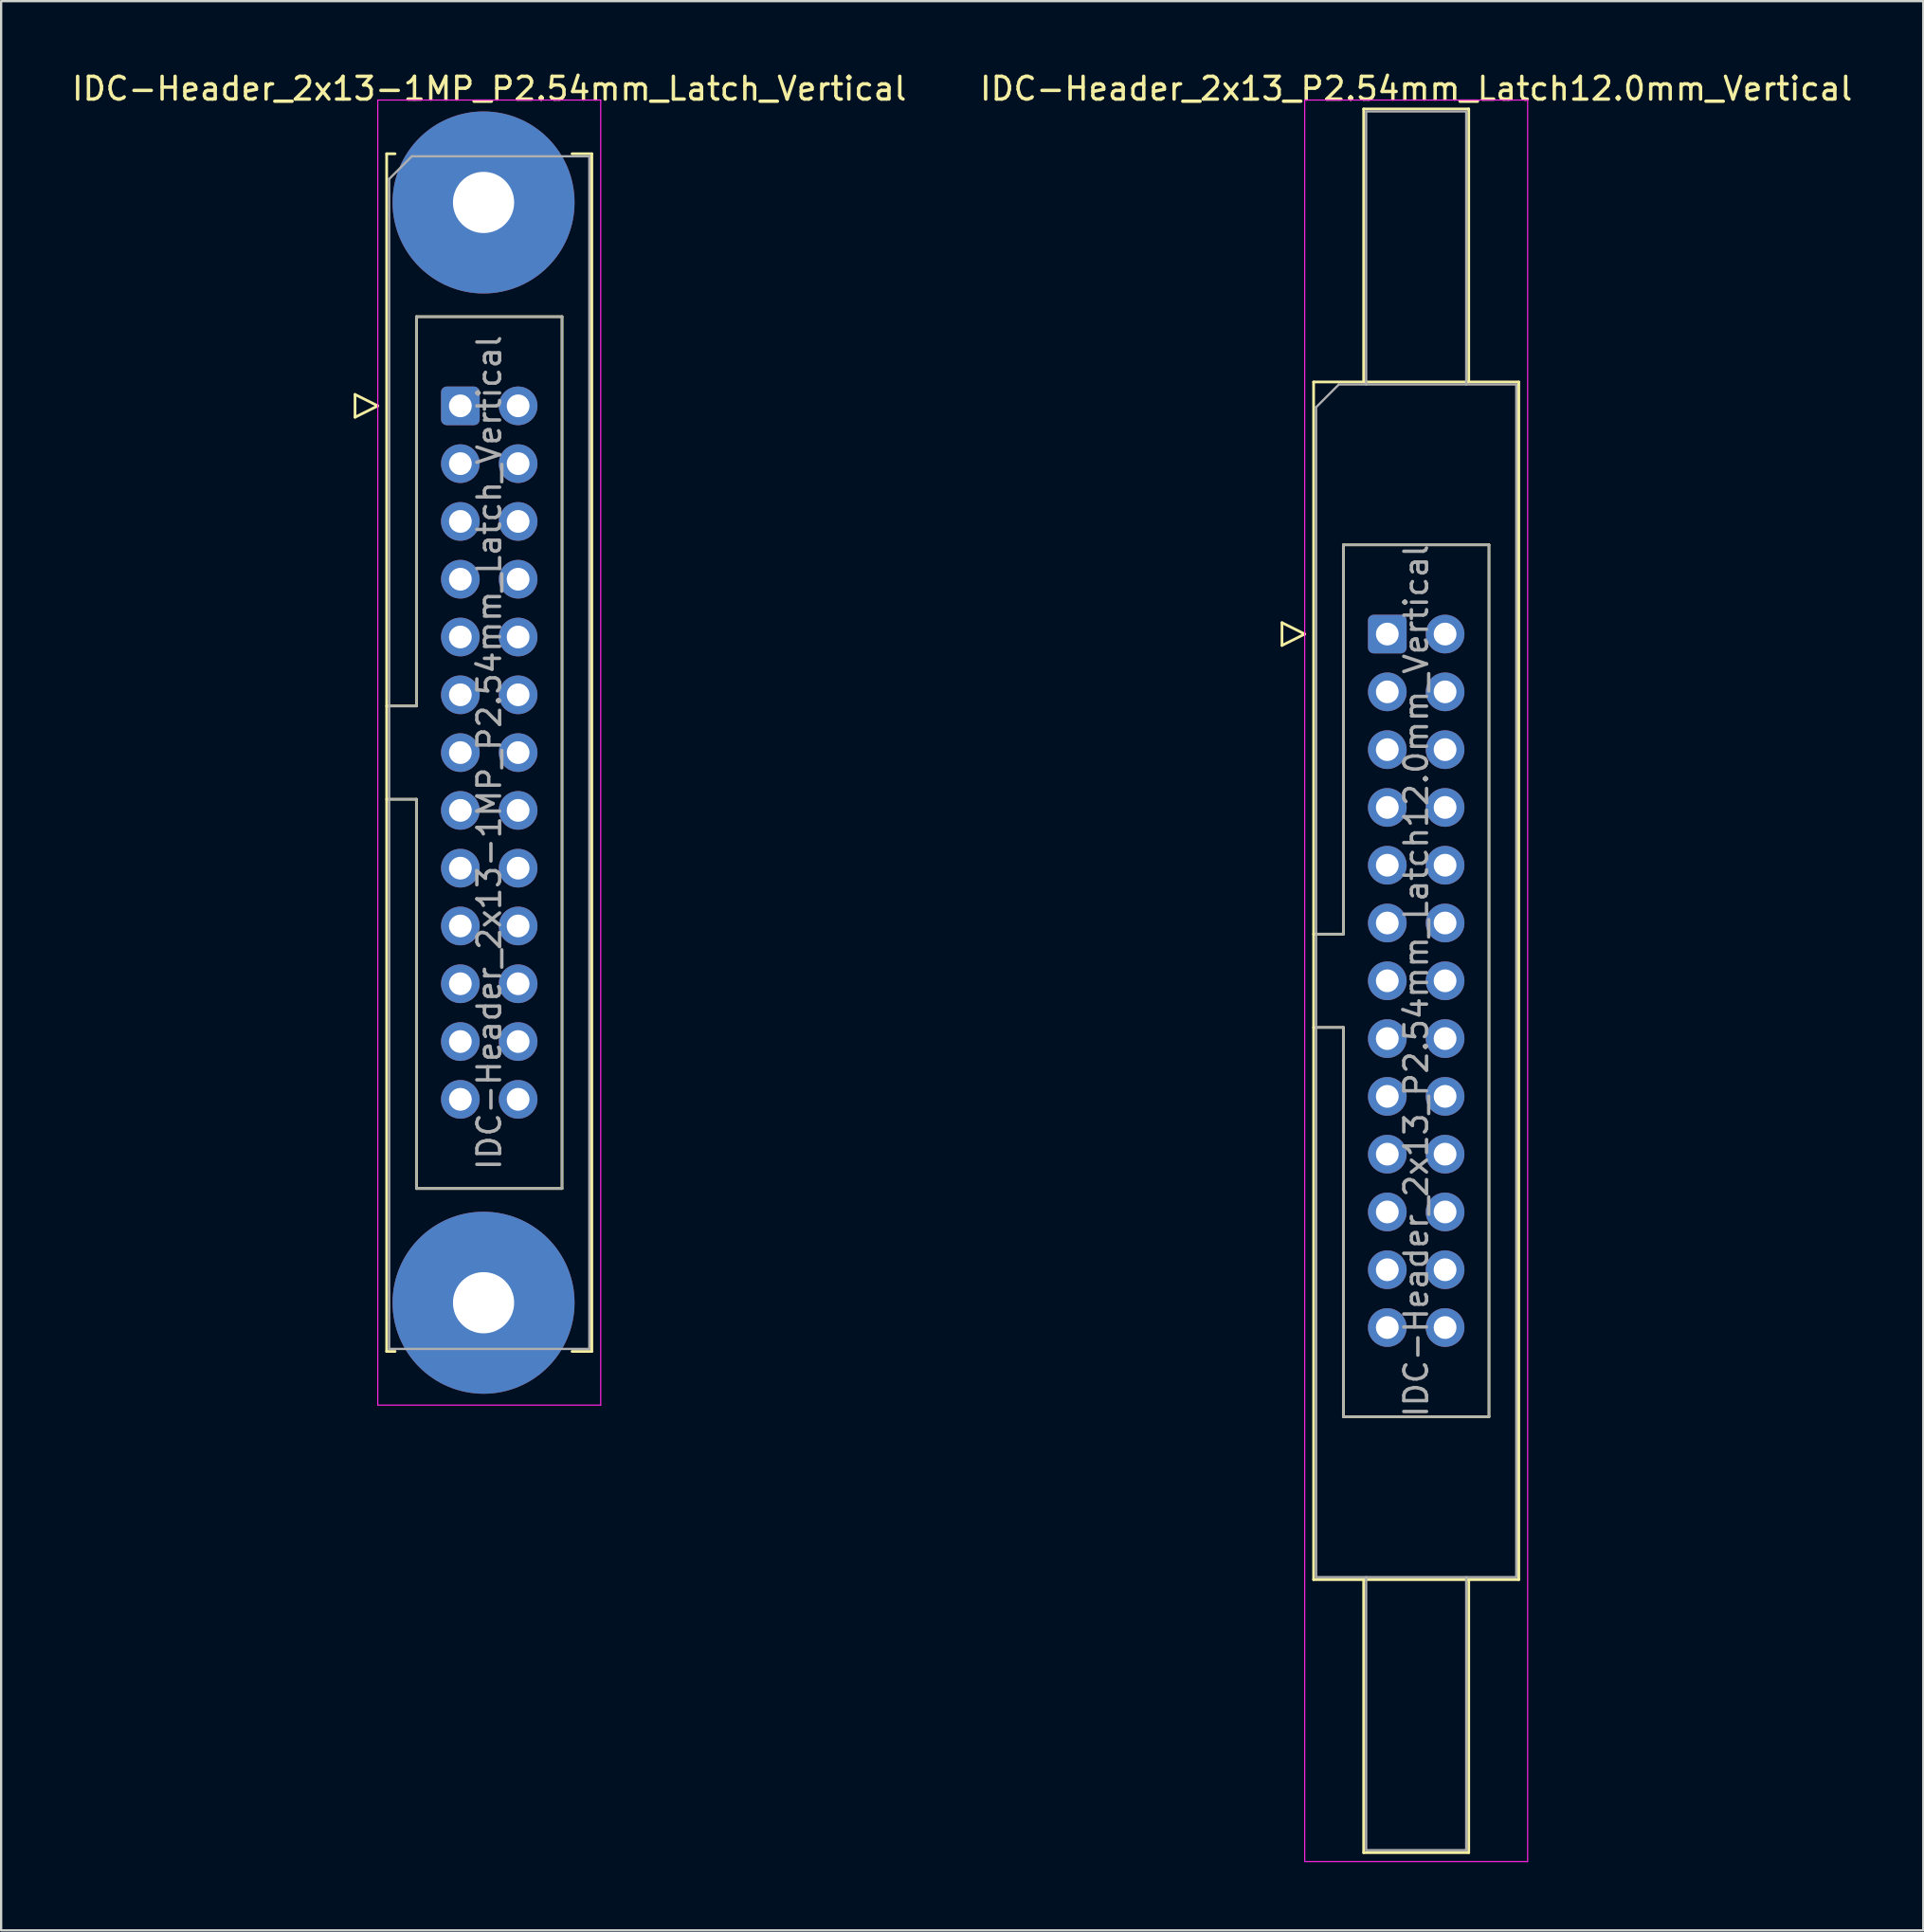
<source format=kicad_pcb>
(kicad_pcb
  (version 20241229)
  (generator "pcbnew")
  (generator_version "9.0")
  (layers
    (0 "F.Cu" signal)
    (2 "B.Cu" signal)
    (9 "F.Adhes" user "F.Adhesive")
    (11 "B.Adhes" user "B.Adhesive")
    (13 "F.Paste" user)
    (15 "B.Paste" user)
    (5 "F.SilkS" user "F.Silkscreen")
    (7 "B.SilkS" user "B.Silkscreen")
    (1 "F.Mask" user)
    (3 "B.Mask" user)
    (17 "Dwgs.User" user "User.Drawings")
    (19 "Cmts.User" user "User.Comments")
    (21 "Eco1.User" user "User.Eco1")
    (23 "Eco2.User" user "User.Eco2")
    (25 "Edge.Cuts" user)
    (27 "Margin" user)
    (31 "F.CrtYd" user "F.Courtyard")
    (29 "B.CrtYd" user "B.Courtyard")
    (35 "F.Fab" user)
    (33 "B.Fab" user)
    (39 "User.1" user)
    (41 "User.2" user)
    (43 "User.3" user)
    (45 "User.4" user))
  (footprint "IDC-Header_2x13_P2.54mm_Latch12.0mm_Vertical"
    (layer "F.Cu")
    (at 57.938 24.818)
    (property "Reference" "IDC-Header_2x13_P2.54mm_Latch12.0mm_Vertical" (at 1.27 -23.97 0) (layer "F.SilkS") (effects (font (size 1 1) (thickness 0.15))))
    (attr through_hole)
    (fp_line (start -4.63 -0.5) (end -4.63 0.5) (stroke (width 0.12) (type solid)) (layer "F.SilkS"))
    (fp_line (start -4.63 0.5) (end -3.63 0) (stroke (width 0.12) (type solid)) (layer "F.SilkS"))
    (fp_line (start -3.63 0) (end -4.63 -0.5) (stroke (width 0.12) (type solid)) (layer "F.SilkS"))
    (fp_line (start -3.24 -11.08) (end 5.78 -11.08) (stroke (width 0.12) (type solid)) (layer "F.SilkS"))
    (fp_line (start -3.24 13.19) (end -1.93 13.19) (stroke (width 0.12) (type solid)) (layer "F.SilkS"))
    (fp_line (start -3.24 41.56) (end -3.24 -11.08) (stroke (width 0.12) (type solid)) (layer "F.SilkS"))
    (fp_line (start -1.93 -3.92) (end 4.47 -3.92) (stroke (width 0.12) (type solid)) (layer "F.SilkS"))
    (fp_line (start -1.93 13.19) (end -1.93 -3.92) (stroke (width 0.12) (type solid)) (layer "F.SilkS"))
    (fp_line (start -1.93 17.29) (end -3.24 17.29) (stroke (width 0.12) (type solid)) (layer "F.SilkS"))
    (fp_line (start -1.93 34.4) (end -1.93 17.29) (stroke (width 0.12) (type solid)) (layer "F.SilkS"))
    (fp_line (start -1.04 -23.08) (end 3.58 -23.08) (stroke (width 0.12) (type solid)) (layer "F.SilkS"))
    (fp_line (start -1.04 -11.08) (end -1.04 -23.08) (stroke (width 0.12) (type solid)) (layer "F.SilkS"))
    (fp_line (start -1.04 41.56) (end -1.04 53.56) (stroke (width 0.12) (type solid)) (layer "F.SilkS"))
    (fp_line (start -1.04 53.56) (end 3.58 53.56) (stroke (width 0.12) (type solid)) (layer "F.SilkS"))
    (fp_line (start 3.58 -23.08) (end 3.58 -11.08) (stroke (width 0.12) (type solid)) (layer "F.SilkS"))
    (fp_line (start 3.58 53.56) (end 3.58 41.56) (stroke (width 0.12) (type solid)) (layer "F.SilkS"))
    (fp_line (start 4.47 -3.92) (end 4.47 34.4) (stroke (width 0.12) (type solid)) (layer "F.SilkS"))
    (fp_line (start 4.47 34.4) (end -1.93 34.4) (stroke (width 0.12) (type solid)) (layer "F.SilkS"))
    (fp_line (start 5.78 -11.08) (end 5.78 41.56) (stroke (width 0.12) (type solid)) (layer "F.SilkS"))
    (fp_line (start 5.78 41.56) (end -3.24 41.56) (stroke (width 0.12) (type solid)) (layer "F.SilkS"))
    (fp_line (start -3.63 -23.47) (end -3.63 53.95) (stroke (width 0.05) (type solid)) (layer "F.CrtYd"))
    (fp_line (start -3.63 53.95) (end 6.17 53.95) (stroke (width 0.05) (type solid)) (layer "F.CrtYd"))
    (fp_line (start 6.17 -23.47) (end -3.63 -23.47) (stroke (width 0.05) (type solid)) (layer "F.CrtYd"))
    (fp_line (start 6.17 53.95) (end 6.17 -23.47) (stroke (width 0.05) (type solid)) (layer "F.CrtYd"))
    (fp_line (start -3.13 -9.97) (end -2.13 -10.97) (stroke (width 0.1) (type solid)) (layer "F.Fab"))
    (fp_line (start -3.13 13.19) (end -1.93 13.19) (stroke (width 0.1) (type solid)) (layer "F.Fab"))
    (fp_line (start -3.13 41.45) (end -3.13 -9.97) (stroke (width 0.1) (type solid)) (layer "F.Fab"))
    (fp_line (start -2.13 -10.97) (end 5.67 -10.97) (stroke (width 0.1) (type solid)) (layer "F.Fab"))
    (fp_line (start -1.93 -3.92) (end 4.47 -3.92) (stroke (width 0.1) (type solid)) (layer "F.Fab"))
    (fp_line (start -1.93 13.19) (end -1.93 -3.92) (stroke (width 0.1) (type solid)) (layer "F.Fab"))
    (fp_line (start -1.93 17.29) (end -3.13 17.29) (stroke (width 0.1) (type solid)) (layer "F.Fab"))
    (fp_line (start -1.93 34.4) (end -1.93 17.29) (stroke (width 0.1) (type solid)) (layer "F.Fab"))
    (fp_line (start -0.93 -22.97) (end 3.47 -22.97) (stroke (width 0.1) (type solid)) (layer "F.Fab"))
    (fp_line (start -0.93 -10.97) (end -0.93 -22.97) (stroke (width 0.1) (type solid)) (layer "F.Fab"))
    (fp_line (start -0.93 41.45) (end -0.93 53.45) (stroke (width 0.1) (type solid)) (layer "F.Fab"))
    (fp_line (start -0.93 53.45) (end 3.47 53.45) (stroke (width 0.1) (type solid)) (layer "F.Fab"))
    (fp_line (start 3.47 -22.97) (end 3.47 -10.97) (stroke (width 0.1) (type solid)) (layer "F.Fab"))
    (fp_line (start 3.47 53.45) (end 3.47 41.45) (stroke (width 0.1) (type solid)) (layer "F.Fab"))
    (fp_line (start 4.47 -3.92) (end 4.47 34.4) (stroke (width 0.1) (type solid)) (layer "F.Fab"))
    (fp_line (start 4.47 34.4) (end -1.93 34.4) (stroke (width 0.1) (type solid)) (layer "F.Fab"))
    (fp_line (start 5.67 -10.97) (end 5.67 41.45) (stroke (width 0.1) (type solid)) (layer "F.Fab"))
    (fp_line (start 5.67 41.45) (end -3.13 41.45) (stroke (width 0.1) (type solid)) (layer "F.Fab"))
    (fp_text user "${REFERENCE}" (at 1.27 15.24 90) (layer "F.Fab") (effects (font (size 1 1) (thickness 0.15))))
    (pad "1" thru_hole roundrect (at 0 0) (size 1.7 1.7) (drill 1) (layers "*.Cu" "*.Mask") (roundrect_rratio 0.147))
    (pad "2" thru_hole circle (at 2.54 0) (size 1.7 1.7) (drill 1) (layers "*.Cu" "*.Mask"))
    (pad "3" thru_hole circle (at 0 2.54) (size 1.7 1.7) (drill 1) (layers "*.Cu" "*.Mask"))
    (pad "4" thru_hole circle (at 2.54 2.54) (size 1.7 1.7) (drill 1) (layers "*.Cu" "*.Mask"))
    (pad "5" thru_hole circle (at 0 5.08) (size 1.7 1.7) (drill 1) (layers "*.Cu" "*.Mask"))
    (pad "6" thru_hole circle (at 2.54 5.08) (size 1.7 1.7) (drill 1) (layers "*.Cu" "*.Mask"))
    (pad "7" thru_hole circle (at 0 7.62) (size 1.7 1.7) (drill 1) (layers "*.Cu" "*.Mask"))
    (pad "8" thru_hole circle (at 2.54 7.62) (size 1.7 1.7) (drill 1) (layers "*.Cu" "*.Mask"))
    (pad "9" thru_hole circle (at 0 10.16) (size 1.7 1.7) (drill 1) (layers "*.Cu" "*.Mask"))
    (pad "10" thru_hole circle (at 2.54 10.16) (size 1.7 1.7) (drill 1) (layers "*.Cu" "*.Mask"))
    (pad "11" thru_hole circle (at 0 12.7) (size 1.7 1.7) (drill 1) (layers "*.Cu" "*.Mask"))
    (pad "12" thru_hole circle (at 2.54 12.7) (size 1.7 1.7) (drill 1) (layers "*.Cu" "*.Mask"))
    (pad "13" thru_hole circle (at 0 15.24) (size 1.7 1.7) (drill 1) (layers "*.Cu" "*.Mask"))
    (pad "14" thru_hole circle (at 2.54 15.24) (size 1.7 1.7) (drill 1) (layers "*.Cu" "*.Mask"))
    (pad "15" thru_hole circle (at 0 17.78) (size 1.7 1.7) (drill 1) (layers "*.Cu" "*.Mask"))
    (pad "16" thru_hole circle (at 2.54 17.78) (size 1.7 1.7) (drill 1) (layers "*.Cu" "*.Mask"))
    (pad "17" thru_hole circle (at 0 20.32) (size 1.7 1.7) (drill 1) (layers "*.Cu" "*.Mask"))
    (pad "18" thru_hole circle (at 2.54 20.32) (size 1.7 1.7) (drill 1) (layers "*.Cu" "*.Mask"))
    (pad "19" thru_hole circle (at 0 22.86) (size 1.7 1.7) (drill 1) (layers "*.Cu" "*.Mask"))
    (pad "20" thru_hole circle (at 2.54 22.86) (size 1.7 1.7) (drill 1) (layers "*.Cu" "*.Mask"))
    (pad "21" thru_hole circle (at 0 25.4) (size 1.7 1.7) (drill 1) (layers "*.Cu" "*.Mask"))
    (pad "22" thru_hole circle (at 2.54 25.4) (size 1.7 1.7) (drill 1) (layers "*.Cu" "*.Mask"))
    (pad "23" thru_hole circle (at 0 27.94) (size 1.7 1.7) (drill 1) (layers "*.Cu" "*.Mask"))
    (pad "24" thru_hole circle (at 2.54 27.94) (size 1.7 1.7) (drill 1) (layers "*.Cu" "*.Mask"))
    (pad "25" thru_hole circle (at 0 30.48) (size 1.7 1.7) (drill 1) (layers "*.Cu" "*.Mask"))
    (pad "26" thru_hole circle (at 2.54 30.48) (size 1.7 1.7) (drill 1) (layers "*.Cu" "*.Mask")))
  (footprint "IDC-Header_2x13-1MP_P2.54mm_Latch_Vertical"
    (layer "F.Cu")
    (at 17.188 14.788)
    (property "Reference" "IDC-Header_2x13-1MP_P2.54mm_Latch_Vertical" (at 1.27 -13.94 0) (layer "F.SilkS") (effects (font (size 1 1) (thickness 0.15))))
    (attr through_hole)
    (fp_line (start -4.63 -0.5) (end -4.63 0.5) (stroke (width 0.12) (type solid)) (layer "F.SilkS"))
    (fp_line (start -4.63 0.5) (end -3.63 0) (stroke (width 0.12) (type solid)) (layer "F.SilkS"))
    (fp_line (start -3.63 0) (end -4.63 -0.5) (stroke (width 0.12) (type solid)) (layer "F.SilkS"))
    (fp_line (start -3.24 -11.08) (end -3.24 41.56) (stroke (width 0.12) (type solid)) (layer "F.SilkS"))
    (fp_line (start -3.24 13.19) (end -1.93 13.19) (stroke (width 0.12) (type solid)) (layer "F.SilkS"))
    (fp_line (start -3.24 41.56) (end -2.87 41.56) (stroke (width 0.12) (type solid)) (layer "F.SilkS"))
    (fp_line (start -2.87 -11.08) (end -3.24 -11.08) (stroke (width 0.12) (type solid)) (layer "F.SilkS"))
    (fp_line (start -1.93 -3.92) (end 4.47 -3.92) (stroke (width 0.12) (type solid)) (layer "F.SilkS"))
    (fp_line (start -1.93 13.19) (end -1.93 -3.92) (stroke (width 0.12) (type solid)) (layer "F.SilkS"))
    (fp_line (start -1.93 17.29) (end -3.24 17.29) (stroke (width 0.12) (type solid)) (layer "F.SilkS"))
    (fp_line (start -1.93 34.4) (end -1.93 17.29) (stroke (width 0.12) (type solid)) (layer "F.SilkS"))
    (fp_line (start 4.47 -3.92) (end 4.47 34.4) (stroke (width 0.12) (type solid)) (layer "F.SilkS"))
    (fp_line (start 4.47 34.4) (end -1.93 34.4) (stroke (width 0.12) (type solid)) (layer "F.SilkS"))
    (fp_line (start 4.91 -11.08) (end 5.78 -11.08) (stroke (width 0.12) (type solid)) (layer "F.SilkS"))
    (fp_line (start 5.78 -11.08) (end 5.78 41.56) (stroke (width 0.12) (type solid)) (layer "F.SilkS"))
    (fp_line (start 5.78 41.56) (end 4.91 41.56) (stroke (width 0.12) (type solid)) (layer "F.SilkS"))
    (fp_line (start -3.63 -13.44) (end -3.63 43.92) (stroke (width 0.05) (type solid)) (layer "F.CrtYd"))
    (fp_line (start -3.63 43.92) (end 6.17 43.92) (stroke (width 0.05) (type solid)) (layer "F.CrtYd"))
    (fp_line (start 6.17 -13.44) (end -3.63 -13.44) (stroke (width 0.05) (type solid)) (layer "F.CrtYd"))
    (fp_line (start 6.17 43.92) (end 6.17 -13.44) (stroke (width 0.05) (type solid)) (layer "F.CrtYd"))
    (fp_line (start -3.13 -9.97) (end -2.13 -10.97) (stroke (width 0.1) (type solid)) (layer "F.Fab"))
    (fp_line (start -3.13 13.19) (end -1.93 13.19) (stroke (width 0.1) (type solid)) (layer "F.Fab"))
    (fp_line (start -3.13 41.45) (end -3.13 -9.97) (stroke (width 0.1) (type solid)) (layer "F.Fab"))
    (fp_line (start -2.13 -10.97) (end 5.67 -10.97) (stroke (width 0.1) (type solid)) (layer "F.Fab"))
    (fp_line (start -1.93 -3.92) (end 4.47 -3.92) (stroke (width 0.1) (type solid)) (layer "F.Fab"))
    (fp_line (start -1.93 13.19) (end -1.93 -3.92) (stroke (width 0.1) (type solid)) (layer "F.Fab"))
    (fp_line (start -1.93 17.29) (end -3.13 17.29) (stroke (width 0.1) (type solid)) (layer "F.Fab"))
    (fp_line (start -1.93 34.4) (end -1.93 17.29) (stroke (width 0.1) (type solid)) (layer "F.Fab"))
    (fp_line (start 4.47 -3.92) (end 4.47 34.4) (stroke (width 0.1) (type solid)) (layer "F.Fab"))
    (fp_line (start 4.47 34.4) (end -1.93 34.4) (stroke (width 0.1) (type solid)) (layer "F.Fab"))
    (fp_line (start 5.67 -10.97) (end 5.67 41.45) (stroke (width 0.1) (type solid)) (layer "F.Fab"))
    (fp_line (start 5.67 41.45) (end -3.13 41.45) (stroke (width 0.1) (type solid)) (layer "F.Fab"))
    (fp_text user "${REFERENCE}" (at 1.27 15.24 90) (layer "F.Fab") (effects (font (size 1 1) (thickness 0.15))))
    (pad "1" thru_hole roundrect (at 0 0) (size 1.7 1.7) (drill 1) (layers "*.Cu" "*.Mask") (roundrect_rratio 0.147))
    (pad "2" thru_hole circle (at 2.54 0) (size 1.7 1.7) (drill 1) (layers "*.Cu" "*.Mask"))
    (pad "3" thru_hole circle (at 0 2.54) (size 1.7 1.7) (drill 1) (layers "*.Cu" "*.Mask"))
    (pad "4" thru_hole circle (at 2.54 2.54) (size 1.7 1.7) (drill 1) (layers "*.Cu" "*.Mask"))
    (pad "5" thru_hole circle (at 0 5.08) (size 1.7 1.7) (drill 1) (layers "*.Cu" "*.Mask"))
    (pad "6" thru_hole circle (at 2.54 5.08) (size 1.7 1.7) (drill 1) (layers "*.Cu" "*.Mask"))
    (pad "7" thru_hole circle (at 0 7.62) (size 1.7 1.7) (drill 1) (layers "*.Cu" "*.Mask"))
    (pad "8" thru_hole circle (at 2.54 7.62) (size 1.7 1.7) (drill 1) (layers "*.Cu" "*.Mask"))
    (pad "9" thru_hole circle (at 0 10.16) (size 1.7 1.7) (drill 1) (layers "*.Cu" "*.Mask"))
    (pad "10" thru_hole circle (at 2.54 10.16) (size 1.7 1.7) (drill 1) (layers "*.Cu" "*.Mask"))
    (pad "11" thru_hole circle (at 0 12.7) (size 1.7 1.7) (drill 1) (layers "*.Cu" "*.Mask"))
    (pad "12" thru_hole circle (at 2.54 12.7) (size 1.7 1.7) (drill 1) (layers "*.Cu" "*.Mask"))
    (pad "13" thru_hole circle (at 0 15.24) (size 1.7 1.7) (drill 1) (layers "*.Cu" "*.Mask"))
    (pad "14" thru_hole circle (at 2.54 15.24) (size 1.7 1.7) (drill 1) (layers "*.Cu" "*.Mask"))
    (pad "15" thru_hole circle (at 0 17.78) (size 1.7 1.7) (drill 1) (layers "*.Cu" "*.Mask"))
    (pad "16" thru_hole circle (at 2.54 17.78) (size 1.7 1.7) (drill 1) (layers "*.Cu" "*.Mask"))
    (pad "17" thru_hole circle (at 0 20.32) (size 1.7 1.7) (drill 1) (layers "*.Cu" "*.Mask"))
    (pad "18" thru_hole circle (at 2.54 20.32) (size 1.7 1.7) (drill 1) (layers "*.Cu" "*.Mask"))
    (pad "19" thru_hole circle (at 0 22.86) (size 1.7 1.7) (drill 1) (layers "*.Cu" "*.Mask"))
    (pad "20" thru_hole circle (at 2.54 22.86) (size 1.7 1.7) (drill 1) (layers "*.Cu" "*.Mask"))
    (pad "21" thru_hole circle (at 0 25.4) (size 1.7 1.7) (drill 1) (layers "*.Cu" "*.Mask"))
    (pad "22" thru_hole circle (at 2.54 25.4) (size 1.7 1.7) (drill 1) (layers "*.Cu" "*.Mask"))
    (pad "23" thru_hole circle (at 0 27.94) (size 1.7 1.7) (drill 1) (layers "*.Cu" "*.Mask"))
    (pad "24" thru_hole circle (at 2.54 27.94) (size 1.7 1.7) (drill 1) (layers "*.Cu" "*.Mask"))
    (pad "25" thru_hole circle (at 0 30.48) (size 1.7 1.7) (drill 1) (layers "*.Cu" "*.Mask"))
    (pad "26" thru_hole circle (at 2.54 30.48) (size 1.7 1.7) (drill 1) (layers "*.Cu" "*.Mask"))
    (pad "MP" thru_hole circle (at 1.02 -8.94) (size 8 8) (drill 2.69) (layers "*.Cu" "*.Mask"))
    (pad "MP" thru_hole circle (at 1.02 39.42) (size 8 8) (drill 2.69) (layers "*.Cu" "*.Mask")))
  (gr_rect
    (start -3 -3)
    (end 81.5 81.793)
    (stroke (width 0.1) (type default))
    (fill no)
    (layer "Edge.Cuts")))
</source>
